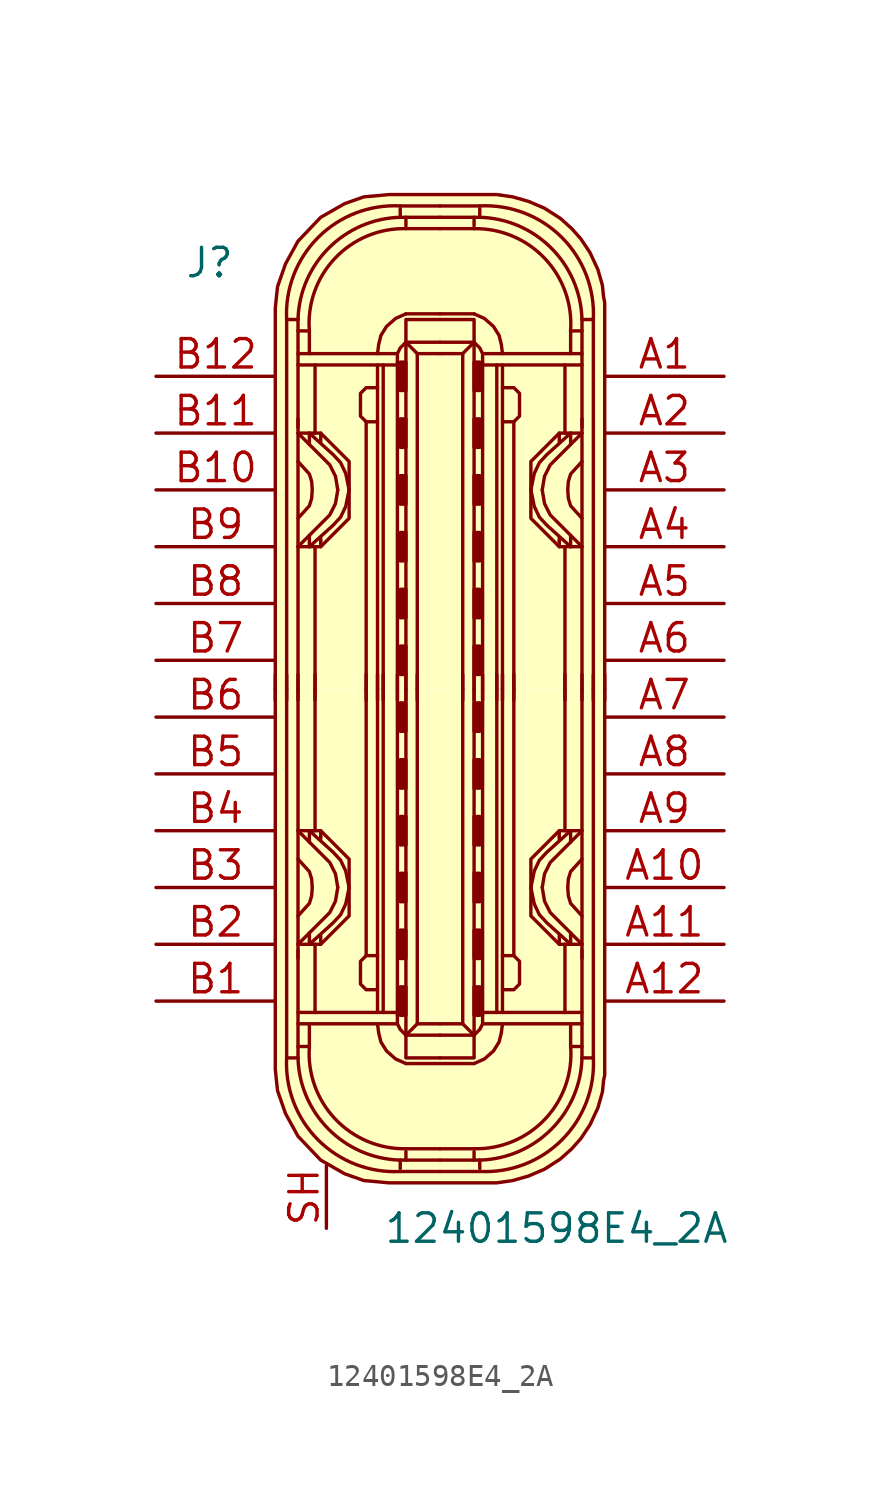
<source format=kicad_sym>
(kicad_symbol_lib
  (version 20201005)
  (generator kicad_symbol_editor)
  (symbol "12401598E4_2A"
    (pin_names
      (offset 1.016))
    (property "Reference" "J"
      (at -11.43 19.05 0)
      (effects (font (size 1.27 1.27)) (justify left)))
    (property "Value" "12401598E4_2A"
      (at -2.54 -24.13 0)
      (effects (font (size 1.27 1.27)) (justify left)))
    (symbol "12401598E4_2A_1_1"
      (arc (start -1.778 -21.59) (end -6.858 -16.51) (radius (at -2.032 -16.764) (length 4.826) (angles -87 177)) (stroke (width 0)) (fill (type none)))
      (arc (start -6.858 16.51) (end -1.778 21.59) (radius (at -2.032 16.764) (length 4.826) (angles -177 87)) (stroke (width 0)) (fill (type none)))
      (arc (start -6.35 -16.51) (end -1.778 -21.082) (radius (at -1.651 -16.383) (length 4.699) (angles -178.5 -91.5)) (stroke (width 0)) (fill (type none)))
      (arc (start -1.778 21.082) (end -6.35 16.51) (radius (at -1.651 16.383) (length 4.699) (angles 91.5 178.5)) (stroke (width 0)) (fill (type none)))
      (arc (start -5.842 -16.002) (end -1.524 -20.574) (radius (at -1.6002 -16.3322) (length 4.2672) (angles 175.5 -89)) (stroke (width 0)) (fill (type none)))
      (arc (start -1.524 20.574) (end -5.842 16.002) (radius (at -1.6002 16.3322) (length 4.2672) (angles 89 -175.5)) (stroke (width 0)) (fill (type none)))
      (arc (start 1.524 -20.574) (end 5.842 -16.002) (radius (at 1.6002 -16.3322) (length 4.2672) (angles -91 4.5)) (stroke (width 0)) (fill (type none)))
      (arc (start 5.842 16.002) (end 1.524 20.574) (radius (at 1.6002 16.3322) (length 4.2672) (angles -4.5 91)) (stroke (width 0)) (fill (type none)))
      (arc (start 1.778 -21.082) (end 6.35 -16.51) (radius (at 1.651 -16.383) (length 4.699) (angles -88.5 -1.5)) (stroke (width 0)) (fill (type none)))
      (arc (start 6.35 16.51) (end 1.778 21.082) (radius (at 1.651 16.383) (length 4.699) (angles 1.5 88.5)) (stroke (width 0)) (fill (type none)))
      (arc (start 6.858 -16.51) (end 1.778 -21.59) (radius (at 2.032 -16.764) (length 4.826) (angles 3 -93)) (stroke (width 0)) (fill (type none)))
      (arc (start 1.778 21.59) (end 6.858 16.51) (radius (at 2.032 16.764) (length 4.826) (angles 93 -3)) (stroke (width 0)) (fill (type none)))
      (rectangle (start -1.778 -14.605) (end -1.524 -13.335) (stroke (width 0)) (fill (type outline)))
      (rectangle (start -1.778 -12.065) (end -1.524 -10.795) (stroke (width 0)) (fill (type outline)))
      (rectangle (start -1.778 -9.525) (end -1.524 -8.255) (stroke (width 0)) (fill (type outline)))
      (rectangle (start -1.778 -6.985) (end -1.524 -5.715) (stroke (width 0)) (fill (type outline)))
      (rectangle (start -1.778 -4.445) (end -1.524 -3.175) (stroke (width 0)) (fill (type outline)))
      (rectangle (start -1.778 -1.905) (end -1.524 -0.635) (stroke (width 0)) (fill (type outline)))
      (rectangle (start -1.778 1.905) (end -1.524 0.635) (stroke (width 0)) (fill (type outline)))
      (rectangle (start -1.778 4.445) (end -1.524 3.175) (stroke (width 0)) (fill (type outline)))
      (rectangle (start -1.778 6.985) (end -1.524 5.715) (stroke (width 0)) (fill (type outline)))
      (rectangle (start -1.778 9.525) (end -1.524 8.255) (stroke (width 0)) (fill (type outline)))
      (rectangle (start -1.778 12.065) (end -1.524 10.795) (stroke (width 0)) (fill (type outline)))
      (rectangle (start -1.778 14.605) (end -1.524 13.335) (stroke (width 0)) (fill (type outline)))
      (rectangle (start 1.778 -14.605) (end 1.524 -13.335) (stroke (width 0)) (fill (type outline)))
      (rectangle (start 1.778 -12.065) (end 1.524 -10.795) (stroke (width 0)) (fill (type outline)))
      (rectangle (start 1.778 -9.525) (end 1.524 -8.255) (stroke (width 0)) (fill (type outline)))
      (rectangle (start 1.778 -6.985) (end 1.524 -5.715) (stroke (width 0)) (fill (type outline)))
      (rectangle (start 1.778 -4.445) (end 1.524 -3.175) (stroke (width 0)) (fill (type outline)))
      (rectangle (start 1.778 -1.905) (end 1.524 -0.635) (stroke (width 0)) (fill (type outline)))
      (rectangle (start 1.778 1.905) (end 1.524 0.635) (stroke (width 0)) (fill (type outline)))
      (rectangle (start 1.778 4.445) (end 1.524 3.175) (stroke (width 0)) (fill (type outline)))
      (rectangle (start 1.778 6.985) (end 1.524 5.715) (stroke (width 0)) (fill (type outline)))
      (rectangle (start 1.778 9.525) (end 1.524 8.255) (stroke (width 0)) (fill (type outline)))
      (rectangle (start 1.778 12.065) (end 1.524 10.795) (stroke (width 0)) (fill (type outline)))
      (rectangle (start 1.778 14.605) (end 1.524 13.335) (stroke (width 0)) (fill (type outline)))
      (polyline (pts (xy -7.366 -0.508) (xy -7.366 0.635)) (stroke (width 0)) (fill (type none)))
      (polyline (pts (xy -6.858 -0.508) (xy -6.858 0.635)) (stroke (width 0)) (fill (type none)))
      (polyline (pts (xy -6.35 -14.986) (xy -1.905 -14.986)) (stroke (width 0)) (fill (type none)))
      (polyline (pts (xy -6.35 -12.065) (xy -6.35 0)) (stroke (width 0)) (fill (type none)))
      (polyline (pts (xy -6.35 -0.508) (xy -6.35 0.635)) (stroke (width 0)) (fill (type none)))
      (polyline (pts (xy -6.35 12.065) (xy -6.35 0)) (stroke (width 0)) (fill (type none)))
      (polyline (pts (xy -6.35 14.986) (xy -1.905 14.986)) (stroke (width 0)) (fill (type none)))
      (polyline (pts (xy -5.842 -11.43) (xy -5.842 -10.922)) (stroke (width 0)) (fill (type none)))
      (polyline (pts (xy -5.842 -6.35) (xy -5.842 -6.858)) (stroke (width 0)) (fill (type none)))
      (polyline (pts (xy -5.842 6.35) (xy -5.842 6.858)) (stroke (width 0)) (fill (type none)))
      (polyline (pts (xy -5.842 11.43) (xy -5.842 10.922)) (stroke (width 0)) (fill (type none)))
      (polyline (pts (xy -5.588 -14.478) (xy -5.588 -11.43)) (stroke (width 0)) (fill (type none)))
      (polyline (pts (xy -5.588 -6.35) (xy -5.588 0)) (stroke (width 0)) (fill (type none)))
      (polyline (pts (xy -5.588 -0.508) (xy -5.588 0.635)) (stroke (width 0)) (fill (type none)))
      (polyline (pts (xy -5.588 6.35) (xy -5.588 0)) (stroke (width 0)) (fill (type none)))
      (polyline (pts (xy -5.588 14.478) (xy -5.588 11.43)) (stroke (width 0)) (fill (type none)))
      (polyline (pts (xy -5.334 -11.43) (xy -5.334 -11.049)) (stroke (width 0)) (fill (type none)))
      (polyline (pts (xy -5.334 -6.604) (xy -5.334 -6.731)) (stroke (width 0)) (fill (type none)))
      (polyline (pts (xy -5.334 -6.35) (xy -5.334 -6.604)) (stroke (width 0)) (fill (type none)))
      (polyline (pts (xy -5.334 6.35) (xy -5.334 6.604)) (stroke (width 0)) (fill (type none)))
      (polyline (pts (xy -5.334 6.604) (xy -5.334 6.731)) (stroke (width 0)) (fill (type none)))
      (polyline (pts (xy -5.334 11.43) (xy -5.334 11.049)) (stroke (width 0)) (fill (type none)))
      (polyline (pts (xy -3.302 -0.508) (xy -3.302 0.635)) (stroke (width 0)) (fill (type none)))
      (polyline (pts (xy -3.302 0) (xy -3.302 -11.938)) (stroke (width 0)) (fill (type none)))
      (polyline (pts (xy -3.302 0) (xy -3.302 11.938)) (stroke (width 0)) (fill (type none)))
      (polyline (pts (xy -2.794 -0.508) (xy -2.794 0.635)) (stroke (width 0)) (fill (type none)))
      (polyline (pts (xy -2.794 0) (xy -2.794 -14.478)) (stroke (width 0)) (fill (type none)))
      (polyline (pts (xy -2.794 0) (xy -2.794 14.478)) (stroke (width 0)) (fill (type none)))
      (polyline (pts (xy -2.54 -14.478) (xy -2.54 0)) (stroke (width 0)) (fill (type none)))
      (polyline (pts (xy -2.54 -0.508) (xy -2.54 0.635)) (stroke (width 0)) (fill (type none)))
      (polyline (pts (xy -2.54 14.478) (xy -2.54 0)) (stroke (width 0)) (fill (type none)))
      (polyline (pts (xy -1.905 -14.478) (xy -6.35 -14.478)) (stroke (width 0)) (fill (type none)))
      (polyline (pts (xy -1.905 -0.508) (xy -1.905 0.635)) (stroke (width 0)) (fill (type none)))
      (polyline (pts (xy -1.905 0) (xy -1.905 -14.605)) (stroke (width 0)) (fill (type none)))
      (polyline (pts (xy -1.905 0) (xy -1.905 14.605)) (stroke (width 0)) (fill (type none)))
      (polyline (pts (xy -1.905 14.478) (xy -6.35 14.478)) (stroke (width 0)) (fill (type none)))
      (polyline (pts (xy -1.778 -21.59) (xy 0 -21.59)) (stroke (width 0)) (fill (type background)))
      (polyline (pts (xy -1.778 -21.082) (xy -1.778 -21.463)) (stroke (width 0)) (fill (type none)))
      (polyline (pts (xy -1.778 -21.082) (xy 0 -21.082)) (stroke (width 0)) (fill (type none)))
      (polyline (pts (xy -1.778 21.082) (xy -1.778 21.463)) (stroke (width 0)) (fill (type none)))
      (polyline (pts (xy -1.778 21.082) (xy 0 21.082)) (stroke (width 0)) (fill (type none)))
      (polyline (pts (xy -1.778 21.59) (xy 0 21.59)) (stroke (width 0)) (fill (type background)))
      (polyline (pts (xy -1.524 -20.701) (xy -1.524 -21.082)) (stroke (width 0)) (fill (type none)))
      (polyline (pts (xy -1.524 -20.574) (xy 0 -20.574)) (stroke (width 0)) (fill (type none)))
      (polyline (pts (xy -1.524 -0.508) (xy -1.524 0.635)) (stroke (width 0)) (fill (type none)))
      (polyline (pts (xy -1.524 20.574) (xy 0 20.574)) (stroke (width 0)) (fill (type none)))
      (polyline (pts (xy -1.524 20.701) (xy -1.524 21.082)) (stroke (width 0)) (fill (type none)))
      (polyline (pts (xy -1.016 -14.986) (xy -1.524 -15.494)) (stroke (width 0)) (fill (type none)))
      (polyline (pts (xy -1.016 -0.508) (xy -1.016 0.635)) (stroke (width 0)) (fill (type none)))
      (polyline (pts (xy -1.016 14.986) (xy -1.524 15.494)) (stroke (width 0)) (fill (type none)))
      (polyline (pts (xy 0 -16.764) (xy -1.524 -16.764)) (stroke (width 0)) (fill (type none)))
      (polyline (pts (xy 0 -16.764) (xy 1.524 -16.764)) (stroke (width 0)) (fill (type none)))
      (polyline (pts (xy 0 16.764) (xy -1.524 16.764)) (stroke (width 0)) (fill (type none)))
      (polyline (pts (xy 0 16.764) (xy 1.524 16.764)) (stroke (width 0)) (fill (type none)))
      (polyline (pts (xy 1.016 -14.986) (xy 1.524 -15.494)) (stroke (width 0)) (fill (type none)))
      (polyline (pts (xy 1.016 -0.508) (xy 1.016 0.635)) (stroke (width 0)) (fill (type none)))
      (polyline (pts (xy 1.016 14.986) (xy 1.524 15.494)) (stroke (width 0)) (fill (type none)))
      (polyline (pts (xy 1.524 -20.701) (xy 1.524 -21.082)) (stroke (width 0)) (fill (type none)))
      (polyline (pts (xy 1.524 -20.574) (xy 0 -20.574)) (stroke (width 0)) (fill (type none)))
      (polyline (pts (xy 1.524 -0.508) (xy 1.524 0.635)) (stroke (width 0)) (fill (type none)))
      (polyline (pts (xy 1.524 20.574) (xy 0 20.574)) (stroke (width 0)) (fill (type none)))
      (polyline (pts (xy 1.524 20.701) (xy 1.524 21.082)) (stroke (width 0)) (fill (type none)))
      (polyline (pts (xy 1.778 -21.59) (xy 0 -21.59)) (stroke (width 0)) (fill (type background)))
      (polyline (pts (xy 1.778 -21.082) (xy 0 -21.082)) (stroke (width 0)) (fill (type none)))
      (polyline (pts (xy 1.778 -21.082) (xy 1.778 -21.463)) (stroke (width 0)) (fill (type none)))
      (polyline (pts (xy 1.778 21.082) (xy 0 21.082)) (stroke (width 0)) (fill (type none)))
      (polyline (pts (xy 1.778 21.082) (xy 1.778 21.463)) (stroke (width 0)) (fill (type none)))
      (polyline (pts (xy 1.778 21.59) (xy 0 21.59)) (stroke (width 0)) (fill (type background)))
      (polyline (pts (xy 1.905 -14.478) (xy 6.35 -14.478)) (stroke (width 0)) (fill (type none)))
      (polyline (pts (xy 1.905 -0.508) (xy 1.905 0.635)) (stroke (width 0)) (fill (type none)))
      (polyline (pts (xy 1.905 0) (xy 1.905 -14.605)) (stroke (width 0)) (fill (type none)))
      (polyline (pts (xy 1.905 0) (xy 1.905 14.605)) (stroke (width 0)) (fill (type none)))
      (polyline (pts (xy 1.905 14.478) (xy 6.35 14.478)) (stroke (width 0)) (fill (type none)))
      (polyline (pts (xy 2.54 -14.478) (xy 2.54 0)) (stroke (width 0)) (fill (type none)))
      (polyline (pts (xy 2.54 -0.508) (xy 2.54 0.635)) (stroke (width 0)) (fill (type none)))
      (polyline (pts (xy 2.54 14.478) (xy 2.54 0)) (stroke (width 0)) (fill (type none)))
      (polyline (pts (xy 2.794 -0.508) (xy 2.794 0.635)) (stroke (width 0)) (fill (type none)))
      (polyline (pts (xy 2.794 0) (xy 2.794 -14.478)) (stroke (width 0)) (fill (type none)))
      (polyline (pts (xy 2.794 0) (xy 2.794 14.478)) (stroke (width 0)) (fill (type none)))
      (polyline (pts (xy 3.302 -0.508) (xy 3.302 0.635)) (stroke (width 0)) (fill (type none)))
      (polyline (pts (xy 3.302 0) (xy 3.302 -11.938)) (stroke (width 0)) (fill (type none)))
      (polyline (pts (xy 3.302 0) (xy 3.302 11.938)) (stroke (width 0)) (fill (type none)))
      (polyline (pts (xy 5.334 -11.43) (xy 5.334 -11.049)) (stroke (width 0)) (fill (type none)))
      (polyline (pts (xy 5.334 -6.604) (xy 5.334 -6.731)) (stroke (width 0)) (fill (type none)))
      (polyline (pts (xy 5.334 -6.35) (xy 5.334 -6.604)) (stroke (width 0)) (fill (type none)))
      (polyline (pts (xy 5.334 6.35) (xy 5.334 6.604)) (stroke (width 0)) (fill (type none)))
      (polyline (pts (xy 5.334 6.604) (xy 5.334 6.731)) (stroke (width 0)) (fill (type none)))
      (polyline (pts (xy 5.334 11.43) (xy 5.334 11.049)) (stroke (width 0)) (fill (type none)))
      (polyline (pts (xy 5.588 -14.478) (xy 5.588 -11.43)) (stroke (width 0)) (fill (type none)))
      (polyline (pts (xy 5.588 -6.35) (xy 5.588 0)) (stroke (width 0)) (fill (type none)))
      (polyline (pts (xy 5.588 -0.508) (xy 5.588 0.635)) (stroke (width 0)) (fill (type none)))
      (polyline (pts (xy 5.588 6.35) (xy 5.588 0)) (stroke (width 0)) (fill (type none)))
      (polyline (pts (xy 5.588 14.478) (xy 5.588 11.43)) (stroke (width 0)) (fill (type none)))
      (polyline (pts (xy 5.842 -11.43) (xy 5.842 -10.922)) (stroke (width 0)) (fill (type none)))
      (polyline (pts (xy 5.842 -6.35) (xy 5.842 -6.858)) (stroke (width 0)) (fill (type none)))
      (polyline (pts (xy 5.842 6.35) (xy 5.842 6.858)) (stroke (width 0)) (fill (type none)))
      (polyline (pts (xy 5.842 11.43) (xy 5.842 10.922)) (stroke (width 0)) (fill (type none)))
      (polyline (pts (xy 6.35 -14.986) (xy 1.905 -14.986)) (stroke (width 0)) (fill (type none)))
      (polyline (pts (xy 6.35 -12.065) (xy 6.35 0)) (stroke (width 0)) (fill (type none)))
      (polyline (pts (xy 6.35 -0.508) (xy 6.35 0.635)) (stroke (width 0)) (fill (type none)))
      (polyline (pts (xy 6.35 12.065) (xy 6.35 0)) (stroke (width 0)) (fill (type none)))
      (polyline (pts (xy 6.35 14.986) (xy 1.905 14.986)) (stroke (width 0)) (fill (type none)))
      (polyline (pts (xy 6.858 -0.508) (xy 6.858 0.635)) (stroke (width 0)) (fill (type none)))
      (polyline (pts (xy 7.366 -0.508) (xy 7.366 0.635)) (stroke (width 0)) (fill (type none)))
      (polyline (pts (xy -6.35 -16.51) (xy -6.858 -16.51) (xy -6.858 0)) (stroke (width 0)) (fill (type none)))
      (polyline (pts (xy -6.35 -11.684) (xy -6.35 -15.875) (xy -6.35 -16.51)) (stroke (width 0)) (fill (type none)))
      (polyline (pts (xy -6.35 11.684) (xy -6.35 15.875) (xy -6.35 16.51)) (stroke (width 0)) (fill (type none)))
      (polyline (pts (xy -6.35 16.51) (xy -6.858 16.51) (xy -6.858 0)) (stroke (width 0)) (fill (type none)))
      (polyline (pts (xy -5.842 -14.986) (xy -5.842 -16.002) (xy -6.35 -16.002)) (stroke (width 0)) (fill (type none)))
      (polyline (pts (xy -5.842 14.986) (xy -5.842 16.002) (xy -6.35 16.002)) (stroke (width 0)) (fill (type none)))
      (polyline (pts (xy -1.524 0) (xy -1.524 -15.494) (xy 0 -15.494)) (stroke (width 0)) (fill (type none)))
      (polyline (pts (xy -1.524 0) (xy -1.524 15.494) (xy 0 15.494)) (stroke (width 0)) (fill (type none)))
      (polyline (pts (xy -1.016 0) (xy -1.016 -14.986) (xy 0 -14.986)) (stroke (width 0)) (fill (type none)))
      (polyline (pts (xy -1.016 0) (xy -1.016 14.986) (xy 0 14.986)) (stroke (width 0)) (fill (type none)))
      (polyline (pts (xy 1.016 0) (xy 1.016 -14.986) (xy 0 -14.986)) (stroke (width 0)) (fill (type none)))
      (polyline (pts (xy 1.016 0) (xy 1.016 14.986) (xy 0 14.986)) (stroke (width 0)) (fill (type none)))
      (polyline (pts (xy 1.524 0) (xy 1.524 -15.494) (xy 0 -15.494)) (stroke (width 0)) (fill (type none)))
      (polyline (pts (xy 1.524 0) (xy 1.524 15.494) (xy 0 15.494)) (stroke (width 0)) (fill (type none)))
      (polyline (pts (xy 5.842 -14.986) (xy 5.842 -16.002) (xy 6.35 -16.002)) (stroke (width 0)) (fill (type none)))
      (polyline (pts (xy 5.842 14.986) (xy 5.842 16.002) (xy 6.35 16.002)) (stroke (width 0)) (fill (type none)))
      (polyline (pts (xy 6.35 -16.51) (xy 6.858 -16.51) (xy 6.858 0)) (stroke (width 0)) (fill (type none)))
      (polyline (pts (xy 6.35 -11.684) (xy 6.35 -15.875) (xy 6.35 -16.51)) (stroke (width 0)) (fill (type none)))
      (polyline (pts (xy 6.35 11.684) (xy 6.35 15.875) (xy 6.35 16.51)) (stroke (width 0)) (fill (type none)))
      (polyline (pts (xy 6.35 16.51) (xy 6.858 16.51) (xy 6.858 0)) (stroke (width 0)) (fill (type none)))
      (polyline (pts (xy -6.35 -11.43) (xy -4.928 -10.008) (xy -4.674 -9.5) (xy -4.572 -8.89)) (stroke (width 0)) (fill (type none)))
      (polyline (pts (xy -6.35 -10.16) (xy -5.842 -9.601) (xy -5.74 -9.271) (xy -5.715 -8.915)) (stroke (width 0)) (fill (type none)))
      (polyline (pts (xy -6.35 -7.62) (xy -5.842 -8.179) (xy -5.74 -8.509) (xy -5.715 -8.865)) (stroke (width 0)) (fill (type none)))
      (polyline (pts (xy -6.35 -6.35) (xy -4.928 -7.772) (xy -4.674 -8.28) (xy -4.572 -8.89)) (stroke (width 0)) (fill (type none)))
      (polyline (pts (xy -6.35 6.35) (xy -4.928 7.772) (xy -4.674 8.28) (xy -4.572 8.89)) (stroke (width 0)) (fill (type none)))
      (polyline (pts (xy -6.35 7.62) (xy -5.842 8.179) (xy -5.74 8.509) (xy -5.715 8.865)) (stroke (width 0)) (fill (type none)))
      (polyline (pts (xy -6.35 10.16) (xy -5.842 9.601) (xy -5.74 9.271) (xy -5.715 8.915)) (stroke (width 0)) (fill (type none)))
      (polyline (pts (xy -6.35 11.43) (xy -4.928 10.008) (xy -4.674 9.5) (xy -4.572 8.89)) (stroke (width 0)) (fill (type none)))
      (polyline (pts (xy -1.905 -14.605) (xy -1.905 -14.986) (xy -1.778 -15.24) (xy -1.524 -15.494)) (stroke (width 0)) (fill (type none)))
      (polyline (pts (xy -1.905 14.605) (xy -1.905 14.986) (xy -1.778 15.24) (xy -1.524 15.494)) (stroke (width 0)) (fill (type none)))
      (polyline (pts (xy 0 -16.51) (xy -1.397 -16.51) (xy -1.524 -16.51) (xy -1.524 -15.494)) (stroke (width 0)) (fill (type none)))
      (polyline (pts (xy 0 -16.51) (xy 1.397 -16.51) (xy 1.524 -16.51) (xy 1.524 -15.494)) (stroke (width 0)) (fill (type none)))
      (polyline (pts (xy 0 16.51) (xy -1.397 16.51) (xy -1.524 16.51) (xy -1.524 15.494)) (stroke (width 0)) (fill (type none)))
      (polyline (pts (xy 0 16.51) (xy 1.397 16.51) (xy 1.524 16.51) (xy 1.524 15.494)) (stroke (width 0)) (fill (type none)))
      (polyline (pts (xy 1.905 -14.605) (xy 1.905 -14.986) (xy 1.778 -15.24) (xy 1.524 -15.494)) (stroke (width 0)) (fill (type none)))
      (polyline (pts (xy 1.905 14.605) (xy 1.905 14.986) (xy 1.778 15.24) (xy 1.524 15.494)) (stroke (width 0)) (fill (type none)))
      (polyline (pts (xy 6.35 -11.43) (xy 4.928 -10.008) (xy 4.674 -9.5) (xy 4.572 -8.89)) (stroke (width 0)) (fill (type none)))
      (polyline (pts (xy 6.35 -10.16) (xy 5.842 -9.601) (xy 5.74 -9.271) (xy 5.715 -8.915)) (stroke (width 0)) (fill (type none)))
      (polyline (pts (xy 6.35 -7.62) (xy 5.842 -8.179) (xy 5.74 -8.509) (xy 5.715 -8.865)) (stroke (width 0)) (fill (type none)))
      (polyline (pts (xy 6.35 -6.35) (xy 4.928 -7.772) (xy 4.674 -8.28) (xy 4.572 -8.89)) (stroke (width 0)) (fill (type none)))
      (polyline (pts (xy 6.35 6.35) (xy 4.928 7.772) (xy 4.674 8.28) (xy 4.572 8.89)) (stroke (width 0)) (fill (type none)))
      (polyline (pts (xy 6.35 7.62) (xy 5.842 8.179) (xy 5.74 8.509) (xy 5.715 8.865)) (stroke (width 0)) (fill (type none)))
      (polyline (pts (xy 6.35 10.16) (xy 5.842 9.601) (xy 5.74 9.271) (xy 5.715 8.915)) (stroke (width 0)) (fill (type none)))
      (polyline (pts (xy 6.35 11.43) (xy 4.928 10.008) (xy 4.674 9.5) (xy 4.572 8.89)) (stroke (width 0)) (fill (type none)))
      (polyline (pts (xy -5.842 -11.43) (xy -4.775 -10.465) (xy -4.445 -10.109) (xy -4.216 -9.627) (xy -4.064 -8.89)) (stroke (width 0)) (fill (type none)))
      (polyline (pts (xy -5.842 -6.35) (xy -4.775 -7.315) (xy -4.445 -7.671) (xy -4.216 -8.153) (xy -4.064 -8.89)) (stroke (width 0)) (fill (type none)))
      (polyline (pts (xy -5.842 6.35) (xy -4.775 7.315) (xy -4.445 7.671) (xy -4.216 8.153) (xy -4.064 8.89)) (stroke (width 0)) (fill (type none)))
      (polyline (pts (xy -5.842 11.43) (xy -4.775 10.465) (xy -4.445 10.109) (xy -4.216 9.627) (xy -4.064 8.89)) (stroke (width 0)) (fill (type none)))
      (polyline (pts (xy 5.842 -11.43) (xy 4.775 -10.465) (xy 4.445 -10.109) (xy 4.216 -9.627) (xy 4.064 -8.89)) (stroke (width 0)) (fill (type none)))
      (polyline (pts (xy 5.842 -6.35) (xy 4.775 -7.315) (xy 4.445 -7.671) (xy 4.216 -8.153) (xy 4.064 -8.89)) (stroke (width 0)) (fill (type none)))
      (polyline (pts (xy 5.842 6.35) (xy 4.775 7.315) (xy 4.445 7.671) (xy 4.216 8.153) (xy 4.064 8.89)) (stroke (width 0)) (fill (type none)))
      (polyline (pts (xy 5.842 11.43) (xy 4.775 10.465) (xy 4.445 10.109) (xy 4.216 9.627) (xy 4.064 8.89)) (stroke (width 0)) (fill (type none)))
      (polyline (pts (xy -6.35 -11.43) (xy -5.334 -11.43) (xy -4.064 -10.16) (xy -4.064 -7.62) (xy -5.334 -6.35) (xy -6.35 -6.35)) (stroke (width 0)) (fill (type none)))
      (polyline (pts (xy -6.35 11.43) (xy -5.334 11.43) (xy -4.064 10.16) (xy -4.064 7.62) (xy -5.334 6.35) (xy -6.35 6.35)) (stroke (width 0)) (fill (type none)))
      (polyline (pts (xy -2.794 -14.986) (xy -2.743 -15.392) (xy -2.642 -15.799) (xy -2.388 -16.205) (xy -1.981 -16.561) (xy -1.524 -16.764)) (stroke (width 0)) (fill (type none)))
      (polyline (pts (xy -2.794 -13.462) (xy -3.302 -13.462) (xy -3.556 -13.208) (xy -3.556 -12.192) (xy -3.302 -11.938) (xy -2.794 -11.938)) (stroke (width 0)) (fill (type none)))
      (polyline (pts (xy -2.794 13.462) (xy -3.302 13.462) (xy -3.556 13.208) (xy -3.556 12.192) (xy -3.302 11.938) (xy -2.794 11.938)) (stroke (width 0)) (fill (type none)))
      (polyline (pts (xy -2.794 14.986) (xy -2.743 15.392) (xy -2.642 15.799) (xy -2.388 16.205) (xy -1.981 16.561) (xy -1.524 16.764)) (stroke (width 0)) (fill (type none)))
      (polyline (pts (xy 2.794 -14.986) (xy 2.743 -15.392) (xy 2.642 -15.799) (xy 2.388 -16.205) (xy 1.981 -16.561) (xy 1.524 -16.764)) (stroke (width 0)) (fill (type none)))
      (polyline (pts (xy 2.794 -13.462) (xy 3.302 -13.462) (xy 3.556 -13.208) (xy 3.556 -12.192) (xy 3.302 -11.938) (xy 2.794 -11.938)) (stroke (width 0)) (fill (type none)))
      (polyline (pts (xy 2.794 13.462) (xy 3.302 13.462) (xy 3.556 13.208) (xy 3.556 12.192) (xy 3.302 11.938) (xy 2.794 11.938)) (stroke (width 0)) (fill (type none)))
      (polyline (pts (xy 2.794 14.986) (xy 2.743 15.392) (xy 2.642 15.799) (xy 2.388 16.205) (xy 1.981 16.561) (xy 1.524 16.764)) (stroke (width 0)) (fill (type none)))
      (polyline (pts (xy 6.35 -11.43) (xy 5.334 -11.43) (xy 4.064 -10.16) (xy 4.064 -7.62) (xy 5.334 -6.35) (xy 6.35 -6.35)) (stroke (width 0)) (fill (type none)))
      (polyline (pts (xy 6.35 11.43) (xy 5.334 11.43) (xy 4.064 10.16) (xy 4.064 7.62) (xy 5.334 6.35) (xy 6.35 6.35)) (stroke (width 0)) (fill (type none)))
      (polyline (pts (xy 7.366 0) (xy 7.366 -17.018) (xy 7.366 -17.272) (xy 7.315 -17.526) (xy 7.264 -18.034) (xy 7.061 -18.745) (xy 6.706 -19.507) (xy 6.299 -20.117) (xy 5.893 -20.574) (xy 5.385 -21.031) (xy 4.674 -21.488) (xy 3.962 -21.793) (xy 3.251 -21.996) (xy 2.54 -22.098) (xy -2.286 -22.098) (xy -3.404 -21.996) (xy -4.267 -21.692) (xy -5.334 -21.082) (xy -6.35 -20.015) (xy -6.909 -18.999) (xy -7.264 -17.983) (xy -7.315 -17.526) (xy -7.366 -17.018) (xy -7.366 0)) (stroke (width 0)) (fill (type background)))
      (polyline (pts (xy 7.366 0) (xy 7.366 17.018) (xy 7.366 17.272) (xy 7.315 17.526) (xy 7.264 18.034) (xy 7.061 18.745) (xy 6.706 19.507) (xy 6.299 20.117) (xy 5.893 20.574) (xy 5.385 21.031) (xy 4.674 21.488) (xy 3.962 21.793) (xy 3.251 21.996) (xy 2.54 22.098) (xy -2.286 22.098) (xy -3.404 21.996) (xy -4.267 21.692) (xy -5.334 21.082) (xy -6.35 20.015) (xy -6.909 18.999) (xy -7.264 17.983) (xy -7.315 17.526) (xy -7.366 17.018) (xy -7.366 0)) (stroke (width 0)) (fill (type background)))
      (pin passive line (at 12.7 13.97 180) (length 5.334) (name "~" (effects (font (size 1.27 1.27)))) (number "A1" (effects (font (size 1.27 1.27)))))
      (pin passive line (at 12.7 -8.89 180) (length 5.334) (name "~" (effects (font (size 1.27 1.27)))) (number "A10" (effects (font (size 1.27 1.27)))))
      (pin passive line (at 12.7 -11.43 180) (length 5.334) (name "~" (effects (font (size 1.27 1.27)))) (number "A11" (effects (font (size 1.27 1.27)))))
      (pin passive line (at 12.7 -13.97 180) (length 5.334) (name "~" (effects (font (size 1.27 1.27)))) (number "A12" (effects (font (size 1.27 1.27)))))
      (pin passive line (at 12.7 11.43 180) (length 5.334) (name "~" (effects (font (size 1.27 1.27)))) (number "A2" (effects (font (size 1.27 1.27)))))
      (pin passive line (at 12.7 8.89 180) (length 5.334) (name "~" (effects (font (size 1.27 1.27)))) (number "A3" (effects (font (size 1.27 1.27)))))
      (pin passive line (at 12.7 6.35 180) (length 5.334) (name "~" (effects (font (size 1.27 1.27)))) (number "A4" (effects (font (size 1.27 1.27)))))
      (pin passive line (at 12.7 3.81 180) (length 5.334) (name "~" (effects (font (size 1.27 1.27)))) (number "A5" (effects (font (size 1.27 1.27)))))
      (pin passive line (at 12.7 1.27 180) (length 5.334) (name "~" (effects (font (size 1.27 1.27)))) (number "A6" (effects (font (size 1.27 1.27)))))
      (pin passive line (at 12.7 -1.27 180) (length 5.334) (name "~" (effects (font (size 1.27 1.27)))) (number "A7" (effects (font (size 1.27 1.27)))))
      (pin passive line (at 12.7 -3.81 180) (length 5.334) (name "~" (effects (font (size 1.27 1.27)))) (number "A8" (effects (font (size 1.27 1.27)))))
      (pin passive line (at 12.7 -6.35 180) (length 5.334) (name "~" (effects (font (size 1.27 1.27)))) (number "A9" (effects (font (size 1.27 1.27)))))
      (pin passive line (at -12.7 -13.97 0) (length 5.334) (name "~" (effects (font (size 1.27 1.27)))) (number "B1" (effects (font (size 1.27 1.27)))))
      (pin passive line (at -12.7 8.89 0) (length 5.334) (name "~" (effects (font (size 1.27 1.27)))) (number "B10" (effects (font (size 1.27 1.27)))))
      (pin passive line (at -12.7 11.43 0) (length 5.334) (name "~" (effects (font (size 1.27 1.27)))) (number "B11" (effects (font (size 1.27 1.27)))))
      (pin passive line (at -12.7 13.97 0) (length 5.334) (name "~" (effects (font (size 1.27 1.27)))) (number "B12" (effects (font (size 1.27 1.27)))))
      (pin passive line (at -12.7 -11.43 0) (length 5.334) (name "~" (effects (font (size 1.27 1.27)))) (number "B2" (effects (font (size 1.27 1.27)))))
      (pin passive line (at -12.7 -8.89 0) (length 5.334) (name "~" (effects (font (size 1.27 1.27)))) (number "B3" (effects (font (size 1.27 1.27)))))
      (pin passive line (at -12.7 -6.35 0) (length 5.334) (name "~" (effects (font (size 1.27 1.27)))) (number "B4" (effects (font (size 1.27 1.27)))))
      (pin passive line (at -12.7 -3.81 0) (length 5.334) (name "~" (effects (font (size 1.27 1.27)))) (number "B5" (effects (font (size 1.27 1.27)))))
      (pin passive line (at -12.7 -1.27 0) (length 5.334) (name "~" (effects (font (size 1.27 1.27)))) (number "B6" (effects (font (size 1.27 1.27)))))
      (pin passive line (at -12.7 1.27 0) (length 5.334) (name "~" (effects (font (size 1.27 1.27)))) (number "B7" (effects (font (size 1.27 1.27)))))
      (pin passive line (at -12.7 3.81 0) (length 5.334) (name "~" (effects (font (size 1.27 1.27)))) (number "B8" (effects (font (size 1.27 1.27)))))
      (pin passive line (at -12.7 6.35 0) (length 5.334) (name "~" (effects (font (size 1.27 1.27)))) (number "B9" (effects (font (size 1.27 1.27)))))
      (pin input line (at -5.08 -24.13 90) (length 2.794) (name "~" (effects (font (size 1.27 1.27)))) (number "SH" (effects (font (size 1.27 1.27))))))))
</source>
